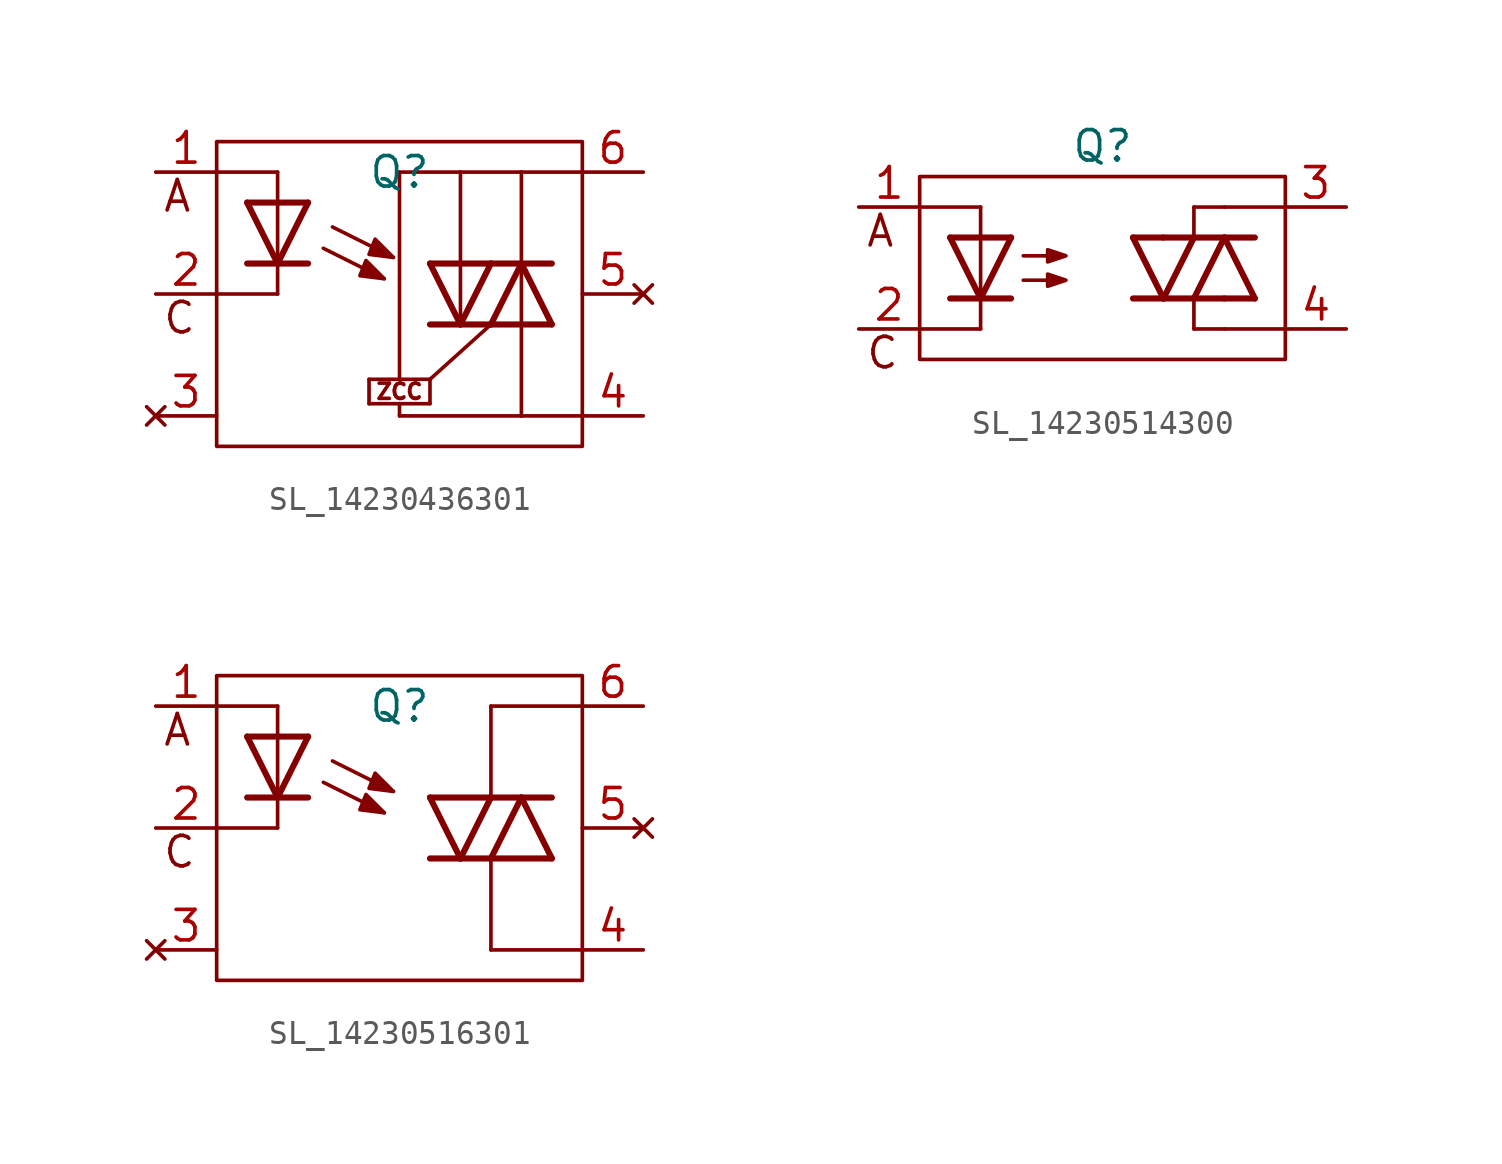
<source format=kicad_sym>
(kicad_symbol_lib
  (version 20220914)
  (generator kicad_symbol_editor)
  (symbol "SL_14230436301"
    (pin_names hide)
    (property "Reference" "Q"
      (at 0 5.08 0)
      (effects (font (size 1.27 1.27))))
    (symbol "SL_14230436301_0_0"
      (rectangle (start -7.62 6.35) (end 7.62 -6.35) (stroke (width 0) (type default)) (fill (type none)))
      (polyline (pts (xy -5.08 0) (xy -7.62 0)) (stroke (width 0.152) (type default)) (fill (type none)))
      (polyline (pts (xy -5.08 1.27) (xy -6.35 1.27)) (stroke (width 0.254) (type default)) (fill (type none)))
      (polyline (pts (xy -5.08 1.27) (xy -6.35 3.81)) (stroke (width 0.254) (type default)) (fill (type none)))
      (polyline (pts (xy -5.08 1.27) (xy -5.08 0)) (stroke (width 0.152) (type default)) (fill (type none)))
      (polyline (pts (xy -5.08 3.81) (xy -6.35 3.81)) (stroke (width 0.254) (type default)) (fill (type none)))
      (polyline (pts (xy -5.08 3.81) (xy -5.08 1.27)) (stroke (width 0.152) (type default)) (fill (type none)))
      (polyline (pts (xy -5.08 3.81) (xy -5.08 5.08)) (stroke (width 0.152) (type default)) (fill (type none)))
      (polyline (pts (xy -5.08 5.08) (xy -7.62 5.08)) (stroke (width 0.152) (type default)) (fill (type none)))
      (polyline (pts (xy -3.81 1.27) (xy -5.08 1.27)) (stroke (width 0.254) (type default)) (fill (type none)))
      (polyline (pts (xy -3.81 3.81) (xy -5.08 1.27)) (stroke (width 0.254) (type default)) (fill (type none)))
      (polyline (pts (xy -3.81 3.81) (xy -5.08 3.81)) (stroke (width 0.254) (type default)) (fill (type none)))
      (polyline (pts (xy -3.175 1.905) (xy -0.635 0.635)) (stroke (width 0.152) (type default)) (fill (type none)))
      (polyline (pts (xy -2.794 2.794) (xy -0.254 1.524)) (stroke (width 0.152) (type default)) (fill (type none)))
      (polyline (pts (xy -1.27 -4.572) (xy -1.27 -3.556)) (stroke (width 0.152) (type default)) (fill (type none)))
      (polyline (pts (xy -1.27 -3.556) (xy 0 -3.556)) (stroke (width 0.152) (type default)) (fill (type none)))
      (polyline (pts (xy 0 -5.08) (xy 5.08 -5.08)) (stroke (width 0.152) (type default)) (fill (type none)))
      (polyline (pts (xy 0 -4.572) (xy -1.27 -4.572)) (stroke (width 0.152) (type default)) (fill (type none)))
      (polyline (pts (xy 0 -4.572) (xy 0 -5.08)) (stroke (width 0.152) (type default)) (fill (type none)))
      (polyline (pts (xy 0 -3.556) (xy 1.27 -3.556)) (stroke (width 0.152) (type default)) (fill (type none)))
      (polyline (pts (xy 0 5.08) (xy 0 -3.556)) (stroke (width 0.152) (type default)) (fill (type none)))
      (polyline (pts (xy 1.27 -4.572) (xy 0 -4.572)) (stroke (width 0.152) (type default)) (fill (type none)))
      (polyline (pts (xy 1.27 -3.556) (xy 1.27 -4.572)) (stroke (width 0.152) (type default)) (fill (type none)))
      (polyline (pts (xy 1.27 -3.556) (xy 3.81 -1.27)) (stroke (width 0.152) (type default)) (fill (type none)))
      (polyline (pts (xy 2.54 -1.27) (xy 1.27 -1.27)) (stroke (width 0.254) (type default)) (fill (type none)))
      (polyline (pts (xy 2.54 -1.27) (xy 1.27 1.27)) (stroke (width 0.254) (type default)) (fill (type none)))
      (polyline (pts (xy 2.54 1.27) (xy 1.27 1.27)) (stroke (width 0.254) (type default)) (fill (type none)))
      (polyline (pts (xy 2.54 1.27) (xy 2.54 -1.27)) (stroke (width 0.152) (type default)) (fill (type none)))
      (polyline (pts (xy 2.54 1.27) (xy 2.54 5.08)) (stroke (width 0.152) (type default)) (fill (type none)))
      (polyline (pts (xy 2.54 5.08) (xy 0 5.08)) (stroke (width 0.152) (type default)) (fill (type none)))
      (polyline (pts (xy 3.81 -1.27) (xy 2.54 -1.27)) (stroke (width 0.254) (type default)) (fill (type none)))
      (polyline (pts (xy 3.81 -1.27) (xy 5.08 -1.27)) (stroke (width 0.254) (type default)) (fill (type none)))
      (polyline (pts (xy 3.81 -1.27) (xy 5.08 1.27)) (stroke (width 0.254) (type default)) (fill (type none)))
      (polyline (pts (xy 3.81 1.27) (xy 2.54 -1.27)) (stroke (width 0.254) (type default)) (fill (type none)))
      (polyline (pts (xy 3.81 1.27) (xy 2.54 1.27)) (stroke (width 0.254) (type default)) (fill (type none)))
      (polyline (pts (xy 3.81 1.27) (xy 5.08 1.27)) (stroke (width 0.254) (type default)) (fill (type none)))
      (polyline (pts (xy 5.08 -1.27) (xy 5.08 -5.08)) (stroke (width 0.152) (type default)) (fill (type none)))
      (polyline (pts (xy 5.08 -1.27) (xy 5.08 1.27)) (stroke (width 0.152) (type default)) (fill (type none)))
      (polyline (pts (xy 5.08 -1.27) (xy 6.35 -1.27)) (stroke (width 0.254) (type default)) (fill (type none)))
      (polyline (pts (xy 5.08 1.27) (xy 5.08 5.08)) (stroke (width 0.152) (type default)) (fill (type none)))
      (polyline (pts (xy 5.08 1.27) (xy 6.35 -1.27)) (stroke (width 0.254) (type default)) (fill (type none)))
      (polyline (pts (xy 5.08 1.27) (xy 6.35 1.27)) (stroke (width 0.254) (type default)) (fill (type none)))
      (polyline (pts (xy 5.08 5.08) (xy 2.54 5.08)) (stroke (width 0.152) (type default)) (fill (type none)))
      (polyline (pts (xy 7.62 -5.08) (xy 5.08 -5.08)) (stroke (width 0.152) (type default)) (fill (type none)))
      (polyline (pts (xy 7.62 5.08) (xy 5.08 5.08)) (stroke (width 0.152) (type default)) (fill (type none)))
      (polyline (pts (xy -1.397 1.397) (xy -0.635 0.635) (xy -1.651 0.762) (xy -1.397 1.397)) (stroke (width 0.152) (type default)) (fill (type outline)))
      (polyline (pts (xy -1.016 2.286) (xy -0.254 1.524) (xy -1.27 1.651) (xy -1.016 2.286)) (stroke (width 0.152) (type default)) (fill (type outline)))
      (text "A" (at -9.906 4.826 0) (effects (font (size 1.27 1.27)) (justify left top)))
      (text "C" (at -9.906 -0.254 0) (effects (font (size 1.27 1.27)) (justify left top))))
    (symbol "SL_14230436301_1_0"
      (text "ZCC" (at 0 -4.064 0) (effects (font (size 0.635 0.635))))
      (pin passive line (at -10.16 5.08 0) (length 2.54) (name "Anode" (effects (font (size 1.27 1.27)))) (number "1" (effects (font (size 1.27 1.27)))))
      (pin passive line (at -10.16 0 0) (length 2.54) (name "Cathode" (effects (font (size 1.27 1.27)))) (number "2" (effects (font (size 1.27 1.27)))))
      (pin no_connect line (at -10.16 -5.08 0) (length 2.54) (name "NC" (effects (font (size 1.27 1.27)))) (number "3" (effects (font (size 1.27 1.27)))))
      (pin passive line (at 10.16 -5.08 180) (length 2.54) (name "Teminal" (effects (font (size 1.27 1.27)))) (number "4" (effects (font (size 1.27 1.27)))))
      (pin no_connect line (at 10.16 0 180) (length 2.54) (name "NC" (effects (font (size 1.27 1.27)))) (number "5" (effects (font (size 1.27 1.27)))))
      (pin passive line (at 10.16 5.08 180) (length 2.54) (name "Teminal" (effects (font (size 1.27 1.27)))) (number "6" (effects (font (size 1.27 1.27)))))))
  (symbol "SL_14230514300"
    (pin_names hide)
    (property "Reference" "Q"
      (at 0 5.08 0)
      (effects (font (size 1.27 1.27))))
    (symbol "SL_14230514300_0_0"
      (rectangle (start -7.62 3.81) (end 7.62 -3.81) (stroke (width 0) (type default)) (fill (type none)))
      (polyline (pts (xy -5.08 -2.54) (xy -7.62 -2.54)) (stroke (width 0.152) (type default)) (fill (type none)))
      (polyline (pts (xy -5.08 -1.27) (xy -6.35 -1.27)) (stroke (width 0.254) (type default)) (fill (type none)))
      (polyline (pts (xy -5.08 -1.27) (xy -6.35 1.27)) (stroke (width 0.254) (type default)) (fill (type none)))
      (polyline (pts (xy -5.08 -1.27) (xy -5.08 -2.54)) (stroke (width 0.152) (type default)) (fill (type none)))
      (polyline (pts (xy -5.08 1.27) (xy -6.35 1.27)) (stroke (width 0.254) (type default)) (fill (type none)))
      (polyline (pts (xy -5.08 1.27) (xy -5.08 -1.27)) (stroke (width 0.152) (type default)) (fill (type none)))
      (polyline (pts (xy -5.08 1.27) (xy -5.08 2.54)) (stroke (width 0.152) (type default)) (fill (type none)))
      (polyline (pts (xy -5.08 2.54) (xy -7.62 2.54)) (stroke (width 0.152) (type default)) (fill (type none)))
      (polyline (pts (xy -3.81 -1.27) (xy -5.08 -1.27)) (stroke (width 0.254) (type default)) (fill (type none)))
      (polyline (pts (xy -3.81 1.27) (xy -5.08 -1.27)) (stroke (width 0.254) (type default)) (fill (type none)))
      (polyline (pts (xy -3.81 1.27) (xy -5.08 1.27)) (stroke (width 0.254) (type default)) (fill (type none)))
      (polyline (pts (xy -3.302 -0.508) (xy -2.032 -0.508)) (stroke (width 0.152) (type default)) (fill (type none)))
      (polyline (pts (xy -3.302 0.508) (xy -2.032 0.508)) (stroke (width 0.152) (type default)) (fill (type none)))
      (polyline (pts (xy 2.54 -1.27) (xy 1.27 -1.27)) (stroke (width 0.254) (type default)) (fill (type none)))
      (polyline (pts (xy 2.54 -1.27) (xy 1.27 1.27)) (stroke (width 0.254) (type default)) (fill (type none)))
      (polyline (pts (xy 2.54 1.27) (xy 1.27 1.27)) (stroke (width 0.254) (type default)) (fill (type none)))
      (polyline (pts (xy 3.81 -2.54) (xy 5.08 -2.54)) (stroke (width 0.152) (type default)) (fill (type none)))
      (polyline (pts (xy 3.81 -1.27) (xy 2.54 -1.27)) (stroke (width 0.254) (type default)) (fill (type none)))
      (polyline (pts (xy 3.81 -1.27) (xy 3.81 -2.54)) (stroke (width 0.152) (type default)) (fill (type none)))
      (polyline (pts (xy 3.81 -1.27) (xy 5.08 -1.27)) (stroke (width 0.254) (type default)) (fill (type none)))
      (polyline (pts (xy 3.81 -1.27) (xy 5.08 1.27)) (stroke (width 0.254) (type default)) (fill (type none)))
      (polyline (pts (xy 3.81 1.27) (xy 2.54 -1.27)) (stroke (width 0.254) (type default)) (fill (type none)))
      (polyline (pts (xy 3.81 1.27) (xy 2.54 1.27)) (stroke (width 0.254) (type default)) (fill (type none)))
      (polyline (pts (xy 3.81 1.27) (xy 3.81 2.54)) (stroke (width 0.152) (type default)) (fill (type none)))
      (polyline (pts (xy 3.81 1.27) (xy 5.08 1.27)) (stroke (width 0.254) (type default)) (fill (type none)))
      (polyline (pts (xy 5.08 -1.27) (xy 6.35 -1.27)) (stroke (width 0.254) (type default)) (fill (type none)))
      (polyline (pts (xy 5.08 1.27) (xy 6.35 -1.27)) (stroke (width 0.254) (type default)) (fill (type none)))
      (polyline (pts (xy 5.08 1.27) (xy 6.35 1.27)) (stroke (width 0.254) (type default)) (fill (type none)))
      (polyline (pts (xy 5.08 2.54) (xy 3.81 2.54)) (stroke (width 0.152) (type default)) (fill (type none)))
      (polyline (pts (xy 7.62 -2.54) (xy 5.08 -2.54)) (stroke (width 0.152) (type default)) (fill (type none)))
      (polyline (pts (xy 7.62 2.54) (xy 5.08 2.54)) (stroke (width 0.152) (type default)) (fill (type none)))
      (polyline (pts (xy -2.286 -0.254) (xy -1.524 -0.508) (xy -2.286 -0.762) (xy -2.286 -0.254)) (stroke (width 0.152) (type default)) (fill (type outline)))
      (polyline (pts (xy -2.286 0.762) (xy -1.524 0.508) (xy -2.286 0.254) (xy -2.286 0.762)) (stroke (width 0.152) (type default)) (fill (type outline)))
      (text "A" (at -9.906 2.286 0) (effects (font (size 1.27 1.27)) (justify left top)))
      (text "C" (at -9.906 -2.794 0) (effects (font (size 1.27 1.27)) (justify left top))))
    (symbol "SL_14230514300_1_0"
      (pin passive line (at -10.16 2.54 0) (length 2.54) (name "Anode" (effects (font (size 1.27 1.27)))) (number "1" (effects (font (size 1.27 1.27)))))
      (pin passive line (at -10.16 -2.54 0) (length 2.54) (name "Cathode" (effects (font (size 1.27 1.27)))) (number "2" (effects (font (size 1.27 1.27)))))
      (pin passive line (at 10.16 2.54 180) (length 2.54) (name "Teminal" (effects (font (size 1.27 1.27)))) (number "3" (effects (font (size 1.27 1.27)))))
      (pin passive line (at 10.16 -2.54 180) (length 2.54) (name "Teminal" (effects (font (size 1.27 1.27)))) (number "4" (effects (font (size 1.27 1.27)))))))
  (symbol "SL_14230516301"
    (pin_names hide)
    (property "Reference" "Q"
      (at 0 5.08 0)
      (effects (font (size 1.27 1.27))))
    (symbol "SL_14230516301_0_0"
      (rectangle (start -7.62 6.35) (end 7.62 -6.35) (stroke (width 0) (type default)) (fill (type none)))
      (polyline (pts (xy -5.08 0) (xy -7.62 0)) (stroke (width 0.152) (type default)) (fill (type none)))
      (polyline (pts (xy -5.08 1.27) (xy -6.35 1.27)) (stroke (width 0.254) (type default)) (fill (type none)))
      (polyline (pts (xy -5.08 1.27) (xy -6.35 3.81)) (stroke (width 0.254) (type default)) (fill (type none)))
      (polyline (pts (xy -5.08 1.27) (xy -5.08 0)) (stroke (width 0.152) (type default)) (fill (type none)))
      (polyline (pts (xy -5.08 3.81) (xy -6.35 3.81)) (stroke (width 0.254) (type default)) (fill (type none)))
      (polyline (pts (xy -5.08 3.81) (xy -5.08 1.27)) (stroke (width 0.152) (type default)) (fill (type none)))
      (polyline (pts (xy -5.08 3.81) (xy -5.08 5.08)) (stroke (width 0.152) (type default)) (fill (type none)))
      (polyline (pts (xy -5.08 5.08) (xy -7.62 5.08)) (stroke (width 0.152) (type default)) (fill (type none)))
      (polyline (pts (xy -3.81 1.27) (xy -5.08 1.27)) (stroke (width 0.254) (type default)) (fill (type none)))
      (polyline (pts (xy -3.81 3.81) (xy -5.08 1.27)) (stroke (width 0.254) (type default)) (fill (type none)))
      (polyline (pts (xy -3.81 3.81) (xy -5.08 3.81)) (stroke (width 0.254) (type default)) (fill (type none)))
      (polyline (pts (xy -3.175 1.905) (xy -0.635 0.635)) (stroke (width 0.152) (type default)) (fill (type none)))
      (polyline (pts (xy -2.794 2.794) (xy -0.254 1.524)) (stroke (width 0.152) (type default)) (fill (type none)))
      (polyline (pts (xy 2.54 -1.27) (xy 1.27 -1.27)) (stroke (width 0.254) (type default)) (fill (type none)))
      (polyline (pts (xy 2.54 -1.27) (xy 1.27 1.27)) (stroke (width 0.254) (type default)) (fill (type none)))
      (polyline (pts (xy 3.81 -1.27) (xy 2.54 -1.27)) (stroke (width 0.254) (type default)) (fill (type none)))
      (polyline (pts (xy 3.81 -1.27) (xy 3.81 -5.08)) (stroke (width 0.152) (type default)) (fill (type none)))
      (polyline (pts (xy 3.81 -1.27) (xy 5.08 1.27)) (stroke (width 0.254) (type default)) (fill (type none)))
      (polyline (pts (xy 3.81 -1.27) (xy 6.35 -1.27)) (stroke (width 0.254) (type default)) (fill (type none)))
      (polyline (pts (xy 3.81 1.27) (xy 1.27 1.27)) (stroke (width 0.254) (type default)) (fill (type none)))
      (polyline (pts (xy 3.81 1.27) (xy 2.54 -1.27)) (stroke (width 0.254) (type default)) (fill (type none)))
      (polyline (pts (xy 3.81 1.27) (xy 3.81 5.08)) (stroke (width 0.152) (type default)) (fill (type none)))
      (polyline (pts (xy 3.81 1.27) (xy 5.08 1.27)) (stroke (width 0.254) (type default)) (fill (type none)))
      (polyline (pts (xy 5.08 1.27) (xy 6.35 -1.27)) (stroke (width 0.254) (type default)) (fill (type none)))
      (polyline (pts (xy 5.08 1.27) (xy 6.35 1.27)) (stroke (width 0.254) (type default)) (fill (type none)))
      (polyline (pts (xy 7.62 -5.08) (xy 3.81 -5.08)) (stroke (width 0.152) (type default)) (fill (type none)))
      (polyline (pts (xy 7.62 5.08) (xy 3.81 5.08)) (stroke (width 0.152) (type default)) (fill (type none)))
      (polyline (pts (xy -1.397 1.397) (xy -0.635 0.635) (xy -1.651 0.762) (xy -1.397 1.397)) (stroke (width 0.152) (type default)) (fill (type outline)))
      (polyline (pts (xy -1.016 2.286) (xy -0.254 1.524) (xy -1.27 1.651) (xy -1.016 2.286)) (stroke (width 0.152) (type default)) (fill (type outline)))
      (text "A" (at -9.906 4.826 0) (effects (font (size 1.27 1.27)) (justify left top)))
      (text "C" (at -9.906 -0.254 0) (effects (font (size 1.27 1.27)) (justify left top))))
    (symbol "SL_14230516301_1_0"
      (pin passive line (at -10.16 5.08 0) (length 2.54) (name "Anode" (effects (font (size 1.27 1.27)))) (number "1" (effects (font (size 1.27 1.27)))))
      (pin passive line (at -10.16 0 0) (length 2.54) (name "Cathode" (effects (font (size 1.27 1.27)))) (number "2" (effects (font (size 1.27 1.27)))))
      (pin no_connect line (at -10.16 -5.08 0) (length 2.54) (name "NC" (effects (font (size 1.27 1.27)))) (number "3" (effects (font (size 1.27 1.27)))))
      (pin passive line (at 10.16 -5.08 180) (length 2.54) (name "Teminal" (effects (font (size 1.27 1.27)))) (number "4" (effects (font (size 1.27 1.27)))))
      (pin no_connect line (at 10.16 0 180) (length 2.54) (name "NC" (effects (font (size 1.27 1.27)))) (number "5" (effects (font (size 1.27 1.27)))))
      (pin passive line (at 10.16 5.08 180) (length 2.54) (name "Teminal" (effects (font (size 1.27 1.27)))) (number "6" (effects (font (size 1.27 1.27))))))))
</source>
